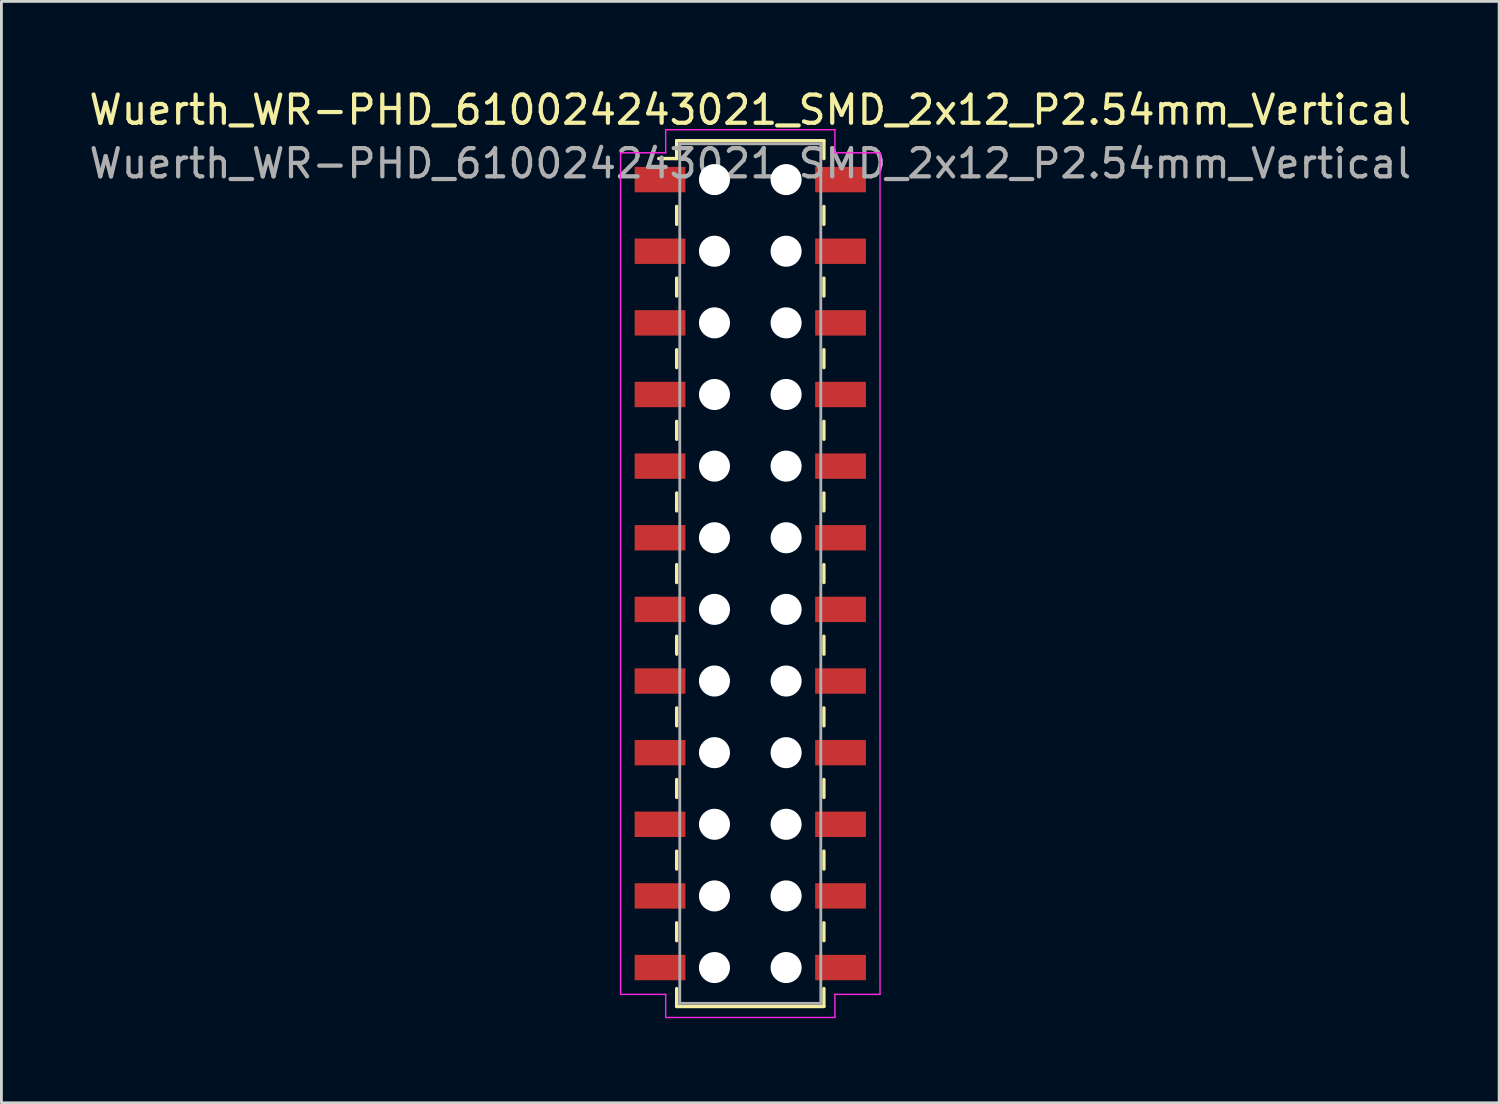
<source format=kicad_pcb>
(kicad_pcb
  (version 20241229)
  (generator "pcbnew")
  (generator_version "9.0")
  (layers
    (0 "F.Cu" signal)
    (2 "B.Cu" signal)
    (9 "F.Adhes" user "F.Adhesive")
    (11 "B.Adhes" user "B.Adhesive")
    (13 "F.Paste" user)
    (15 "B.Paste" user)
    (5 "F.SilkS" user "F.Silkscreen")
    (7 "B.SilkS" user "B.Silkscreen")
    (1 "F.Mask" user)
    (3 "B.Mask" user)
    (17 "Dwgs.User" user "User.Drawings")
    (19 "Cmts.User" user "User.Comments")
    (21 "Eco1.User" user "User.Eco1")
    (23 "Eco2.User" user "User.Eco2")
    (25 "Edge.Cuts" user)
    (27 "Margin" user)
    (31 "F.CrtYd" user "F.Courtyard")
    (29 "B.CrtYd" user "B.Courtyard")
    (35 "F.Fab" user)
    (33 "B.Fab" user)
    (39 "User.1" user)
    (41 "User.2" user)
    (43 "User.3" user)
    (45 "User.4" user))
  (footprint "Wuerth_WR-PHD_610024243021_SMD_2x12_P2.54mm_Vertical"
    (layer "F.Cu")
    (at 23.554 17.288)
    (property "Reference" "Wuerth_WR-PHD_610024243021_SMD_2x12_P2.54mm_Vertical" (at 0 -16.44 0) (layer "F.SilkS") (effects (font (size 1 1) (thickness 0.15))))
    (attr smd)
    (fp_line (start -2.61 -15.35) (end -2.61 -14.715) (stroke (width 0.12) (type solid)) (layer "F.SilkS"))
    (fp_line (start -2.61 -15.35) (end 2.61 -15.35) (stroke (width 0.12) (type solid)) (layer "F.SilkS"))
    (fp_line (start -2.61 -14.715) (end -3.245 -14.715) (stroke (width 0.12) (type solid)) (layer "F.SilkS"))
    (fp_line (start -2.61 -13.018) (end -2.61 -12.383) (stroke (width 0.12) (type solid)) (layer "F.SilkS"))
    (fp_line (start -2.61 -10.477) (end -2.61 -9.842) (stroke (width 0.12) (type solid)) (layer "F.SilkS"))
    (fp_line (start -2.61 -7.938) (end -2.61 -7.303) (stroke (width 0.12) (type solid)) (layer "F.SilkS"))
    (fp_line (start -2.61 -5.397) (end -2.61 -4.763) (stroke (width 0.12) (type solid)) (layer "F.SilkS"))
    (fp_line (start -2.61 -2.857) (end -2.61 -2.223) (stroke (width 0.12) (type solid)) (layer "F.SilkS"))
    (fp_line (start -2.61 -0.318) (end -2.61 0.318) (stroke (width 0.12) (type solid)) (layer "F.SilkS"))
    (fp_line (start -2.61 2.223) (end -2.61 2.857) (stroke (width 0.12) (type solid)) (layer "F.SilkS"))
    (fp_line (start -2.61 4.763) (end -2.61 5.397) (stroke (width 0.12) (type solid)) (layer "F.SilkS"))
    (fp_line (start -2.61 7.303) (end -2.61 7.938) (stroke (width 0.12) (type solid)) (layer "F.SilkS"))
    (fp_line (start -2.61 9.842) (end -2.61 10.477) (stroke (width 0.12) (type solid)) (layer "F.SilkS"))
    (fp_line (start -2.61 12.383) (end -2.61 13.018) (stroke (width 0.12) (type solid)) (layer "F.SilkS"))
    (fp_line (start -2.61 15.35) (end -2.61 14.715) (stroke (width 0.12) (type solid)) (layer "F.SilkS"))
    (fp_line (start -2.61 15.35) (end 2.61 15.35) (stroke (width 0.12) (type solid)) (layer "F.SilkS"))
    (fp_line (start 2.61 -15.35) (end 2.61 -14.715) (stroke (width 0.12) (type solid)) (layer "F.SilkS"))
    (fp_line (start 2.61 -13.018) (end 2.61 -12.383) (stroke (width 0.12) (type solid)) (layer "F.SilkS"))
    (fp_line (start 2.61 -10.477) (end 2.61 -9.842) (stroke (width 0.12) (type solid)) (layer "F.SilkS"))
    (fp_line (start 2.61 -7.938) (end 2.61 -7.303) (stroke (width 0.12) (type solid)) (layer "F.SilkS"))
    (fp_line (start 2.61 -5.397) (end 2.61 -4.763) (stroke (width 0.12) (type solid)) (layer "F.SilkS"))
    (fp_line (start 2.61 -2.857) (end 2.61 -2.223) (stroke (width 0.12) (type solid)) (layer "F.SilkS"))
    (fp_line (start 2.61 -0.318) (end 2.61 0.318) (stroke (width 0.12) (type solid)) (layer "F.SilkS"))
    (fp_line (start 2.61 2.223) (end 2.61 2.857) (stroke (width 0.12) (type solid)) (layer "F.SilkS"))
    (fp_line (start 2.61 4.763) (end 2.61 5.397) (stroke (width 0.12) (type solid)) (layer "F.SilkS"))
    (fp_line (start 2.61 7.303) (end 2.61 7.938) (stroke (width 0.12) (type solid)) (layer "F.SilkS"))
    (fp_line (start 2.61 9.842) (end 2.61 10.477) (stroke (width 0.12) (type solid)) (layer "F.SilkS"))
    (fp_line (start 2.61 12.383) (end 2.61 13.018) (stroke (width 0.12) (type solid)) (layer "F.SilkS"))
    (fp_line (start 2.61 15.35) (end 2.61 14.715) (stroke (width 0.12) (type solid)) (layer "F.SilkS"))
    (fp_line (start -4.6 -14.92) (end -3 -14.92) (stroke (width 0.05) (type solid)) (layer "F.CrtYd"))
    (fp_line (start -4.6 14.92) (end -4.6 -14.92) (stroke (width 0.05) (type solid)) (layer "F.CrtYd"))
    (fp_line (start -3 -15.74) (end 3 -15.74) (stroke (width 0.05) (type solid)) (layer "F.CrtYd"))
    (fp_line (start -3 -14.92) (end -3 -15.74) (stroke (width 0.05) (type solid)) (layer "F.CrtYd"))
    (fp_line (start -3 14.92) (end -4.6 14.92) (stroke (width 0.05) (type solid)) (layer "F.CrtYd"))
    (fp_line (start -3 15.74) (end -3 14.92) (stroke (width 0.05) (type solid)) (layer "F.CrtYd"))
    (fp_line (start 3 -15.74) (end 3 -14.92) (stroke (width 0.05) (type solid)) (layer "F.CrtYd"))
    (fp_line (start 3 -14.92) (end 4.6 -14.92) (stroke (width 0.05) (type solid)) (layer "F.CrtYd"))
    (fp_line (start 3 14.92) (end 3 15.74) (stroke (width 0.05) (type solid)) (layer "F.CrtYd"))
    (fp_line (start 3 15.74) (end -3 15.74) (stroke (width 0.05) (type solid)) (layer "F.CrtYd"))
    (fp_line (start 4.6 -14.92) (end 4.6 14.92) (stroke (width 0.05) (type solid)) (layer "F.CrtYd"))
    (fp_line (start 4.6 14.92) (end 3 14.92) (stroke (width 0.05) (type solid)) (layer "F.CrtYd"))
    (fp_line (start -2.5 -15.24) (end -2.5 15.24) (stroke (width 0.1) (type solid)) (layer "F.Fab"))
    (fp_line (start -2.5 15.24) (end 2.5 15.24) (stroke (width 0.1) (type solid)) (layer "F.Fab"))
    (fp_line (start 2.5 -15.24) (end -2.5 -15.24) (stroke (width 0.1) (type solid)) (layer "F.Fab"))
    (fp_line (start 2.5 15.24) (end 2.5 -15.24) (stroke (width 0.1) (type solid)) (layer "F.Fab"))
    (fp_text user "${REFERENCE}" (at 0 -14.54 0) (layer "F.Fab") (effects (font (size 1 1) (thickness 0.15))))
    (pad "" np_thru_hole circle (at -1.27 -13.97) (size 1.1 1.1) (drill 1.1) (layers "*.Cu" "*.Mask"))
    (pad "" np_thru_hole circle (at -1.27 -11.43) (size 1.1 1.1) (drill 1.1) (layers "*.Cu" "*.Mask"))
    (pad "" np_thru_hole circle (at -1.27 -8.89) (size 1.1 1.1) (drill 1.1) (layers "*.Cu" "*.Mask"))
    (pad "" np_thru_hole circle (at -1.27 -6.35) (size 1.1 1.1) (drill 1.1) (layers "*.Cu" "*.Mask"))
    (pad "" np_thru_hole circle (at -1.27 -3.81) (size 1.1 1.1) (drill 1.1) (layers "*.Cu" "*.Mask"))
    (pad "" np_thru_hole circle (at -1.27 -1.27) (size 1.1 1.1) (drill 1.1) (layers "*.Cu" "*.Mask"))
    (pad "" np_thru_hole circle (at -1.27 1.27) (size 1.1 1.1) (drill 1.1) (layers "*.Cu" "*.Mask"))
    (pad "" np_thru_hole circle (at -1.27 3.81) (size 1.1 1.1) (drill 1.1) (layers "*.Cu" "*.Mask"))
    (pad "" np_thru_hole circle (at -1.27 6.35) (size 1.1 1.1) (drill 1.1) (layers "*.Cu" "*.Mask"))
    (pad "" np_thru_hole circle (at -1.27 8.89) (size 1.1 1.1) (drill 1.1) (layers "*.Cu" "*.Mask"))
    (pad "" np_thru_hole circle (at -1.27 11.43) (size 1.1 1.1) (drill 1.1) (layers "*.Cu" "*.Mask"))
    (pad "" np_thru_hole circle (at -1.27 13.97) (size 1.1 1.1) (drill 1.1) (layers "*.Cu" "*.Mask"))
    (pad "" np_thru_hole circle (at 1.27 -13.97) (size 1.1 1.1) (drill 1.1) (layers "*.Cu" "*.Mask"))
    (pad "" np_thru_hole circle (at 1.27 -11.43) (size 1.1 1.1) (drill 1.1) (layers "*.Cu" "*.Mask"))
    (pad "" np_thru_hole circle (at 1.27 -8.89) (size 1.1 1.1) (drill 1.1) (layers "*.Cu" "*.Mask"))
    (pad "" np_thru_hole circle (at 1.27 -6.35) (size 1.1 1.1) (drill 1.1) (layers "*.Cu" "*.Mask"))
    (pad "" np_thru_hole circle (at 1.27 -3.81) (size 1.1 1.1) (drill 1.1) (layers "*.Cu" "*.Mask"))
    (pad "" np_thru_hole circle (at 1.27 -1.27) (size 1.1 1.1) (drill 1.1) (layers "*.Cu" "*.Mask"))
    (pad "" np_thru_hole circle (at 1.27 1.27) (size 1.1 1.1) (drill 1.1) (layers "*.Cu" "*.Mask"))
    (pad "" np_thru_hole circle (at 1.27 3.81) (size 1.1 1.1) (drill 1.1) (layers "*.Cu" "*.Mask"))
    (pad "" np_thru_hole circle (at 1.27 6.35) (size 1.1 1.1) (drill 1.1) (layers "*.Cu" "*.Mask"))
    (pad "" np_thru_hole circle (at 1.27 8.89) (size 1.1 1.1) (drill 1.1) (layers "*.Cu" "*.Mask"))
    (pad "" np_thru_hole circle (at 1.27 11.43) (size 1.1 1.1) (drill 1.1) (layers "*.Cu" "*.Mask"))
    (pad "" np_thru_hole circle (at 1.27 13.97) (size 1.1 1.1) (drill 1.1) (layers "*.Cu" "*.Mask"))
    (pad "1" smd rect (at -3.2 -13.97) (size 1.8 0.9) (layers "F.Cu" "F.Mask" "F.Paste"))
    (pad "2" smd rect (at 3.2 -13.97) (size 1.8 0.9) (layers "F.Cu" "F.Mask" "F.Paste"))
    (pad "3" smd rect (at -3.2 -11.43) (size 1.8 0.9) (layers "F.Cu" "F.Mask" "F.Paste"))
    (pad "4" smd rect (at 3.2 -11.43) (size 1.8 0.9) (layers "F.Cu" "F.Mask" "F.Paste"))
    (pad "5" smd rect (at -3.2 -8.89) (size 1.8 0.9) (layers "F.Cu" "F.Mask" "F.Paste"))
    (pad "6" smd rect (at 3.2 -8.89) (size 1.8 0.9) (layers "F.Cu" "F.Mask" "F.Paste"))
    (pad "7" smd rect (at -3.2 -6.35) (size 1.8 0.9) (layers "F.Cu" "F.Mask" "F.Paste"))
    (pad "8" smd rect (at 3.2 -6.35) (size 1.8 0.9) (layers "F.Cu" "F.Mask" "F.Paste"))
    (pad "9" smd rect (at -3.2 -3.81) (size 1.8 0.9) (layers "F.Cu" "F.Mask" "F.Paste"))
    (pad "10" smd rect (at 3.2 -3.81) (size 1.8 0.9) (layers "F.Cu" "F.Mask" "F.Paste"))
    (pad "11" smd rect (at -3.2 -1.27) (size 1.8 0.9) (layers "F.Cu" "F.Mask" "F.Paste"))
    (pad "12" smd rect (at 3.2 -1.27) (size 1.8 0.9) (layers "F.Cu" "F.Mask" "F.Paste"))
    (pad "13" smd rect (at -3.2 1.27) (size 1.8 0.9) (layers "F.Cu" "F.Mask" "F.Paste"))
    (pad "14" smd rect (at 3.2 1.27) (size 1.8 0.9) (layers "F.Cu" "F.Mask" "F.Paste"))
    (pad "15" smd rect (at -3.2 3.81) (size 1.8 0.9) (layers "F.Cu" "F.Mask" "F.Paste"))
    (pad "16" smd rect (at 3.2 3.81) (size 1.8 0.9) (layers "F.Cu" "F.Mask" "F.Paste"))
    (pad "17" smd rect (at -3.2 6.35) (size 1.8 0.9) (layers "F.Cu" "F.Mask" "F.Paste"))
    (pad "18" smd rect (at 3.2 6.35) (size 1.8 0.9) (layers "F.Cu" "F.Mask" "F.Paste"))
    (pad "19" smd rect (at -3.2 8.89) (size 1.8 0.9) (layers "F.Cu" "F.Mask" "F.Paste"))
    (pad "20" smd rect (at 3.2 8.89) (size 1.8 0.9) (layers "F.Cu" "F.Mask" "F.Paste"))
    (pad "21" smd rect (at -3.2 11.43) (size 1.8 0.9) (layers "F.Cu" "F.Mask" "F.Paste"))
    (pad "22" smd rect (at 3.2 11.43) (size 1.8 0.9) (layers "F.Cu" "F.Mask" "F.Paste"))
    (pad "23" smd rect (at -3.2 13.97) (size 1.8 0.9) (layers "F.Cu" "F.Mask" "F.Paste"))
    (pad "24" smd rect (at 3.2 13.97) (size 1.8 0.9) (layers "F.Cu" "F.Mask" "F.Paste")))
  (gr_rect
    (start -3 -3)
    (end 50.107 36.053)
    (stroke (width 0.1) (type default))
    (fill no)
    (layer "Edge.Cuts")))
</source>
